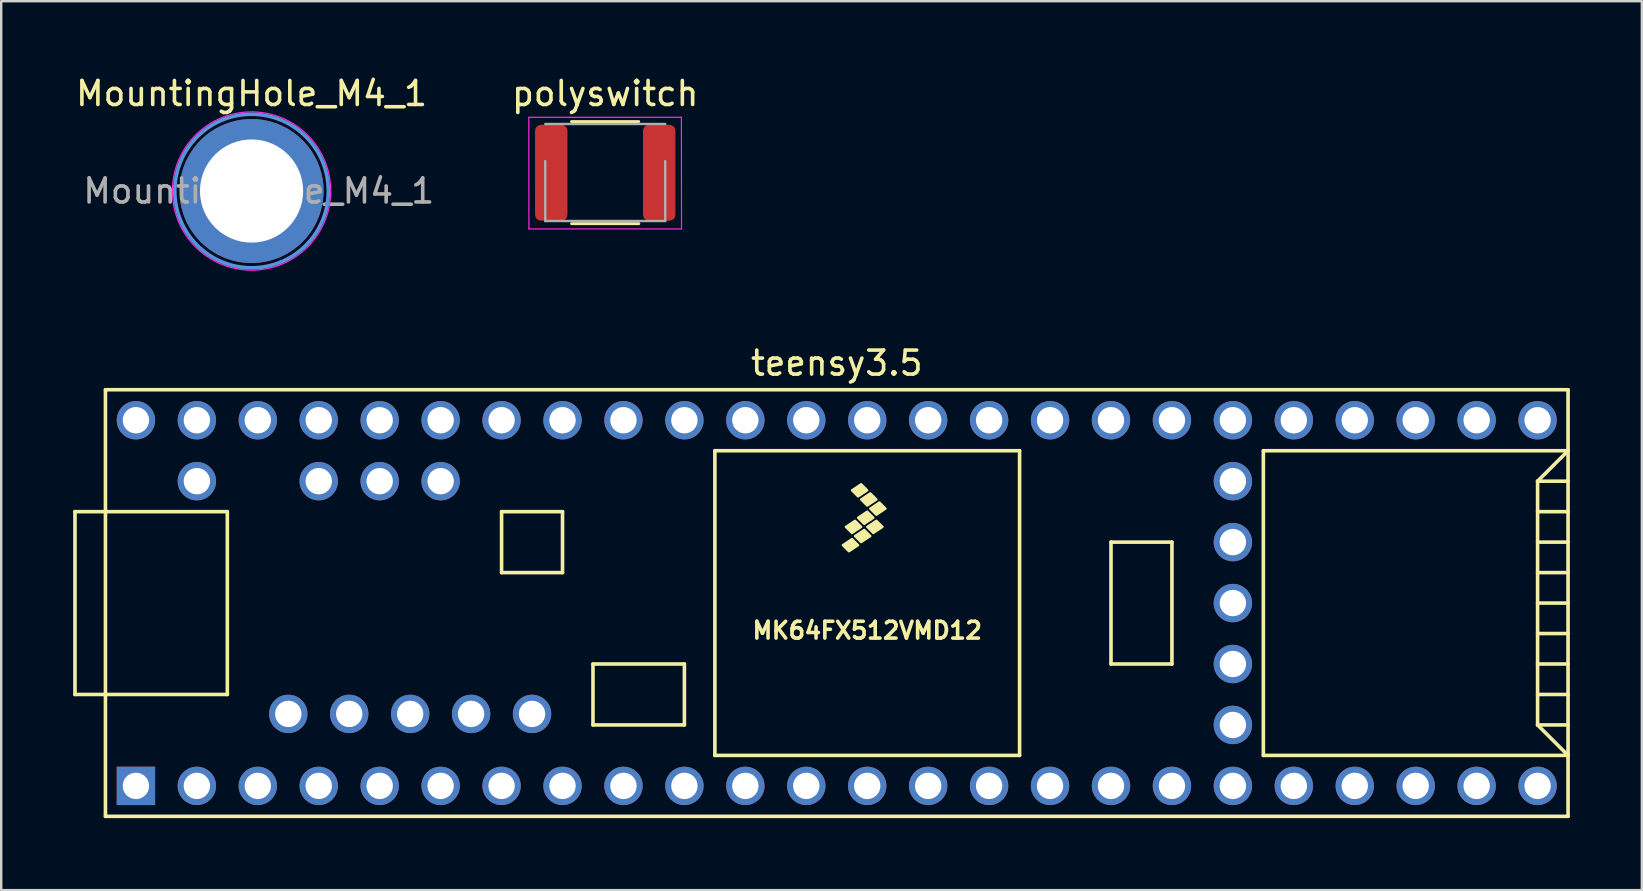
<source format=kicad_pcb>
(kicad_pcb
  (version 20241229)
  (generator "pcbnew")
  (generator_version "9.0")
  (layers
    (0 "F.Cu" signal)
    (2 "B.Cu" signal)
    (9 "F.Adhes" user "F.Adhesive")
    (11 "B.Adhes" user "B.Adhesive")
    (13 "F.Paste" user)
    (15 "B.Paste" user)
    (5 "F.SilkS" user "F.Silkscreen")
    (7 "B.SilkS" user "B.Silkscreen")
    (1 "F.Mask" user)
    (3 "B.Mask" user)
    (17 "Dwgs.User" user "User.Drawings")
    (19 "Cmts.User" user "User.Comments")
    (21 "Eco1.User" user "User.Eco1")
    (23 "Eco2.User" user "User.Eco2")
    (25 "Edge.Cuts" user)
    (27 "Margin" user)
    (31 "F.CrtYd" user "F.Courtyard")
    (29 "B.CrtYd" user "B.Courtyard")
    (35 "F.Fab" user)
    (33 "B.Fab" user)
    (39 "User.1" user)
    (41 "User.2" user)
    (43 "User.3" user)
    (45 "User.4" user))
  (footprint "polyswitch"
    (layer "F.Cu")
    (at 22.175 4.15)
    (property "Reference" "polyswitch" (at 0 -3.302 0) (layer "F.SilkS") (effects (font (size 1 1) (thickness 0.15))))
    (attr through_hole)
    (fp_line (start -1.407 -2.134) (end 1.397 -2.134) (stroke (width 0.12) (type solid)) (layer "F.SilkS"))
    (fp_line (start -1.402 2.122) (end 1.402 2.122) (stroke (width 0.12) (type solid)) (layer "F.SilkS"))
    (fp_line (start -3.185 -2.311) (end 3.175 -2.311) (stroke (width 0.05) (type solid)) (layer "F.CrtYd"))
    (fp_line (start -3.18 2.342) (end -3.185 -2.311) (stroke (width 0.05) (type solid)) (layer "F.CrtYd"))
    (fp_line (start 3.175 -2.311) (end 3.18 2.342) (stroke (width 0.05) (type solid)) (layer "F.CrtYd"))
    (fp_line (start 3.18 2.342) (end -3.18 2.342) (stroke (width 0.05) (type solid)) (layer "F.CrtYd"))
    (fp_line (start -2.5 -2.032) (end 2.5 -2.032) (stroke (width 0.1) (type solid)) (layer "F.Fab"))
    (fp_line (start -2.5 2.012) (end -2.5 -0.488) (stroke (width 0.1) (type solid)) (layer "F.Fab"))
    (fp_line (start 2.5 -0.488) (end 2.5 2.012) (stroke (width 0.1) (type solid)) (layer "F.Fab"))
    (fp_line (start 2.5 2.012) (end -2.5 2.012) (stroke (width 0.1) (type solid)) (layer "F.Fab"))
    (pad "1" smd roundrect (at -2.25 0) (size 1.35 4) (layers "F.Cu" "F.Mask" "F.Paste") (roundrect_rratio 0.185))
    (pad "2" smd roundrect (at 2.25 0) (size 1.35 4) (layers "F.Cu" "F.Mask" "F.Paste") (roundrect_rratio 0.185)))
  (footprint "teensy3.5"
    (layer "F.Cu")
    (at 31.825 22.085)
    (property "Reference" "teensy3.5" (at 0 -10 0) (layer "F.SilkS") (effects (font (size 1 1) (thickness 0.15))))
    (attr through_hole)
    (fp_line (start -31.75 -3.81) (end -30.48 -3.81) (stroke (width 0.15) (type solid)) (layer "F.SilkS"))
    (fp_line (start -31.75 3.81) (end -31.75 -3.81) (stroke (width 0.15) (type solid)) (layer "F.SilkS"))
    (fp_line (start -30.48 3.81) (end -31.75 3.81) (stroke (width 0.15) (type solid)) (layer "F.SilkS"))
    (fp_line (start -30.48 8.89) (end -30.48 -8.89) (stroke (width 0.15) (type solid)) (layer "F.SilkS"))
    (fp_line (start -30.48 8.89) (end 30.48 8.89) (stroke (width 0.15) (type solid)) (layer "F.SilkS"))
    (fp_line (start -25.4 -3.81) (end -30.48 -3.81) (stroke (width 0.15) (type solid)) (layer "F.SilkS"))
    (fp_line (start -25.4 3.81) (end -30.48 3.81) (stroke (width 0.15) (type solid)) (layer "F.SilkS"))
    (fp_line (start -25.4 3.81) (end -25.4 -3.81) (stroke (width 0.15) (type solid)) (layer "F.SilkS"))
    (fp_line (start -13.97 -3.81) (end -13.97 -1.27) (stroke (width 0.15) (type solid)) (layer "F.SilkS"))
    (fp_line (start -13.97 -1.27) (end -11.43 -1.27) (stroke (width 0.15) (type solid)) (layer "F.SilkS"))
    (fp_line (start -11.43 -3.81) (end -13.97 -3.81) (stroke (width 0.15) (type solid)) (layer "F.SilkS"))
    (fp_line (start -11.43 -1.27) (end -11.43 -3.81) (stroke (width 0.15) (type solid)) (layer "F.SilkS"))
    (fp_line (start -10.16 2.54) (end -6.35 2.54) (stroke (width 0.15) (type solid)) (layer "F.SilkS"))
    (fp_line (start -10.16 5.08) (end -10.16 2.54) (stroke (width 0.15) (type solid)) (layer "F.SilkS"))
    (fp_line (start -6.35 2.54) (end -6.35 5.08) (stroke (width 0.15) (type solid)) (layer "F.SilkS"))
    (fp_line (start -6.35 5.08) (end -10.16 5.08) (stroke (width 0.15) (type solid)) (layer "F.SilkS"))
    (fp_line (start -5.08 -6.35) (end -5.08 6.35) (stroke (width 0.15) (type solid)) (layer "F.SilkS"))
    (fp_line (start -5.08 -6.35) (end 7.62 -6.35) (stroke (width 0.15) (type solid)) (layer "F.SilkS"))
    (fp_line (start -5.08 6.35) (end 7.62 6.35) (stroke (width 0.15) (type solid)) (layer "F.SilkS"))
    (fp_line (start 7.62 6.35) (end 7.62 -6.35) (stroke (width 0.15) (type solid)) (layer "F.SilkS"))
    (fp_line (start 11.43 -2.54) (end 13.97 -2.54) (stroke (width 0.15) (type solid)) (layer "F.SilkS"))
    (fp_line (start 11.43 2.54) (end 11.43 -2.54) (stroke (width 0.15) (type solid)) (layer "F.SilkS"))
    (fp_line (start 13.97 -2.54) (end 13.97 2.54) (stroke (width 0.15) (type solid)) (layer "F.SilkS"))
    (fp_line (start 13.97 2.54) (end 11.43 2.54) (stroke (width 0.15) (type solid)) (layer "F.SilkS"))
    (fp_line (start 17.78 -6.35) (end 17.78 6.35) (stroke (width 0.15) (type solid)) (layer "F.SilkS"))
    (fp_line (start 17.78 6.35) (end 30.48 6.35) (stroke (width 0.15) (type solid)) (layer "F.SilkS"))
    (fp_line (start 29.21 -5.08) (end 30.48 -6.35) (stroke (width 0.15) (type solid)) (layer "F.SilkS"))
    (fp_line (start 29.21 -5.08) (end 30.48 -5.08) (stroke (width 0.15) (type solid)) (layer "F.SilkS"))
    (fp_line (start 29.21 -3.81) (end 30.48 -3.81) (stroke (width 0.15) (type solid)) (layer "F.SilkS"))
    (fp_line (start 29.21 -2.54) (end 30.48 -2.54) (stroke (width 0.15) (type solid)) (layer "F.SilkS"))
    (fp_line (start 29.21 -1.27) (end 30.48 -1.27) (stroke (width 0.15) (type solid)) (layer "F.SilkS"))
    (fp_line (start 29.21 0) (end 30.48 0) (stroke (width 0.15) (type solid)) (layer "F.SilkS"))
    (fp_line (start 29.21 1.27) (end 30.48 1.27) (stroke (width 0.15) (type solid)) (layer "F.SilkS"))
    (fp_line (start 29.21 2.54) (end 30.48 2.54) (stroke (width 0.15) (type solid)) (layer "F.SilkS"))
    (fp_line (start 29.21 3.81) (end 30.48 3.81) (stroke (width 0.15) (type solid)) (layer "F.SilkS"))
    (fp_line (start 29.21 5.08) (end 29.21 -5.08) (stroke (width 0.15) (type solid)) (layer "F.SilkS"))
    (fp_line (start 29.21 5.08) (end 30.48 5.08) (stroke (width 0.15) (type solid)) (layer "F.SilkS"))
    (fp_line (start 30.48 -8.89) (end -30.48 -8.89) (stroke (width 0.15) (type solid)) (layer "F.SilkS"))
    (fp_line (start 30.48 -8.89) (end 30.48 8.89) (stroke (width 0.15) (type solid)) (layer "F.SilkS"))
    (fp_line (start 30.48 -6.35) (end 17.78 -6.35) (stroke (width 0.15) (type solid)) (layer "F.SilkS"))
    (fp_line (start 30.48 6.35) (end 29.21 5.08) (stroke (width 0.15) (type solid)) (layer "F.SilkS"))
    (fp_poly (pts (xy 0.635 -2.667) (xy 0.889 -2.413) (xy 0.508 -2.159) (xy 0.254 -2.413)) (stroke (width 0.1) (type solid)) (fill yes) (layer "F.SilkS"))
    (fp_poly (pts (xy 0.762 -3.429) (xy 1.016 -3.175) (xy 0.635 -2.921) (xy 0.381 -3.175)) (stroke (width 0.1) (type solid)) (fill yes) (layer "F.SilkS"))
    (fp_poly (pts (xy 1.016 -4.953) (xy 1.27 -4.699) (xy 0.889 -4.445) (xy 0.635 -4.699)) (stroke (width 0.1) (type solid)) (fill yes) (layer "F.SilkS"))
    (fp_poly (pts (xy 1.143 -3.048) (xy 1.397 -2.794) (xy 1.016 -2.54) (xy 0.762 -2.794)) (stroke (width 0.1) (type solid)) (fill yes) (layer "F.SilkS"))
    (fp_poly (pts (xy 1.27 -3.81) (xy 1.524 -3.556) (xy 1.143 -3.302) (xy 0.889 -3.556)) (stroke (width 0.1) (type solid)) (fill yes) (layer "F.SilkS"))
    (fp_poly (pts (xy 1.397 -4.572) (xy 1.651 -4.318) (xy 1.27 -4.064) (xy 1.016 -4.318)) (stroke (width 0.1) (type solid)) (fill yes) (layer "F.SilkS"))
    (fp_poly (pts (xy 1.651 -3.429) (xy 1.905 -3.175) (xy 1.524 -2.921) (xy 1.27 -3.175)) (stroke (width 0.1) (type solid)) (fill yes) (layer "F.SilkS"))
    (fp_poly (pts (xy 1.778 -4.191) (xy 2.032 -3.937) (xy 1.651 -3.683) (xy 1.397 -3.937)) (stroke (width 0.1) (type solid)) (fill yes) (layer "F.SilkS"))
    (fp_text user "MK64FX512VMD12" (at 1.27 1.143 0) (layer "F.SilkS") (effects (font (size 0.7 0.7) (thickness 0.15))))
    (pad "1" thru_hole rect (at -29.21 7.62) (size 1.6 1.6) (drill 1.1) (layers "*.Cu" "*.Mask"))
    (pad "2" thru_hole circle (at -26.67 7.62) (size 1.6 1.6) (drill 1.1) (layers "*.Cu" "*.Mask"))
    (pad "3" thru_hole circle (at -24.13 7.62) (size 1.6 1.6) (drill 1.1) (layers "*.Cu" "*.Mask"))
    (pad "4" thru_hole circle (at -21.59 7.62) (size 1.6 1.6) (drill 1.1) (layers "*.Cu" "*.Mask"))
    (pad "5" thru_hole circle (at -19.05 7.62) (size 1.6 1.6) (drill 1.1) (layers "*.Cu" "*.Mask"))
    (pad "6" thru_hole circle (at -16.51 7.62) (size 1.6 1.6) (drill 1.1) (layers "*.Cu" "*.Mask"))
    (pad "7" thru_hole circle (at -13.97 7.62) (size 1.6 1.6) (drill 1.1) (layers "*.Cu" "*.Mask"))
    (pad "8" thru_hole circle (at -11.43 7.62) (size 1.6 1.6) (drill 1.1) (layers "*.Cu" "*.Mask"))
    (pad "9" thru_hole circle (at -8.89 7.62) (size 1.6 1.6) (drill 1.1) (layers "*.Cu" "*.Mask"))
    (pad "10" thru_hole circle (at -6.35 7.62) (size 1.6 1.6) (drill 1.1) (layers "*.Cu" "*.Mask"))
    (pad "11" thru_hole circle (at -3.81 7.62) (size 1.6 1.6) (drill 1.1) (layers "*.Cu" "*.Mask"))
    (pad "12" thru_hole circle (at -1.27 7.62) (size 1.6 1.6) (drill 1.1) (layers "*.Cu" "*.Mask"))
    (pad "13" thru_hole circle (at 1.27 7.62) (size 1.6 1.6) (drill 1.1) (layers "*.Cu" "*.Mask"))
    (pad "14" thru_hole circle (at 3.81 7.62) (size 1.6 1.6) (drill 1.1) (layers "*.Cu" "*.Mask"))
    (pad "15" thru_hole circle (at 6.35 7.62) (size 1.6 1.6) (drill 1.1) (layers "*.Cu" "*.Mask"))
    (pad "16" thru_hole circle (at 8.89 7.62) (size 1.6 1.6) (drill 1.1) (layers "*.Cu" "*.Mask"))
    (pad "17" thru_hole circle (at 11.43 7.62) (size 1.6 1.6) (drill 1.1) (layers "*.Cu" "*.Mask"))
    (pad "18" thru_hole circle (at 13.97 7.62) (size 1.6 1.6) (drill 1.1) (layers "*.Cu" "*.Mask"))
    (pad "19" thru_hole circle (at 16.51 7.62) (size 1.6 1.6) (drill 1.1) (layers "*.Cu" "*.Mask"))
    (pad "20" thru_hole circle (at 19.05 7.62) (size 1.6 1.6) (drill 1.1) (layers "*.Cu" "*.Mask"))
    (pad "21" thru_hole circle (at 21.59 7.62) (size 1.6 1.6) (drill 1.1) (layers "*.Cu" "*.Mask"))
    (pad "22" thru_hole circle (at 24.13 7.62) (size 1.6 1.6) (drill 1.1) (layers "*.Cu" "*.Mask"))
    (pad "23" thru_hole circle (at 26.67 7.62) (size 1.6 1.6) (drill 1.1) (layers "*.Cu" "*.Mask"))
    (pad "24" thru_hole circle (at 29.21 7.62) (size 1.6 1.6) (drill 1.1) (layers "*.Cu" "*.Mask"))
    (pad "25" thru_hole circle (at 16.51 5.08) (size 1.6 1.6) (drill 1.1) (layers "*.Cu" "*.Mask"))
    (pad "26" thru_hole circle (at 16.51 2.54) (size 1.6 1.6) (drill 1.1) (layers "*.Cu" "*.Mask"))
    (pad "27" thru_hole circle (at 16.51 0) (size 1.6 1.6) (drill 1.1) (layers "*.Cu" "*.Mask"))
    (pad "28" thru_hole circle (at 16.51 -2.54) (size 1.6 1.6) (drill 1.1) (layers "*.Cu" "*.Mask"))
    (pad "29" thru_hole circle (at 16.51 -5.08) (size 1.6 1.6) (drill 1.1) (layers "*.Cu" "*.Mask"))
    (pad "30" thru_hole circle (at 29.21 -7.62) (size 1.6 1.6) (drill 1.1) (layers "*.Cu" "*.Mask"))
    (pad "31" thru_hole circle (at 26.67 -7.62) (size 1.6 1.6) (drill 1.1) (layers "*.Cu" "*.Mask"))
    (pad "32" thru_hole circle (at 24.13 -7.62) (size 1.6 1.6) (drill 1.1) (layers "*.Cu" "*.Mask"))
    (pad "33" thru_hole circle (at 21.59 -7.62) (size 1.6 1.6) (drill 1.1) (layers "*.Cu" "*.Mask"))
    (pad "34" thru_hole circle (at 19.05 -7.62) (size 1.6 1.6) (drill 1.1) (layers "*.Cu" "*.Mask"))
    (pad "35" thru_hole circle (at 16.51 -7.62) (size 1.6 1.6) (drill 1.1) (layers "*.Cu" "*.Mask"))
    (pad "36" thru_hole circle (at 13.97 -7.62) (size 1.6 1.6) (drill 1.1) (layers "*.Cu" "*.Mask"))
    (pad "37" thru_hole circle (at 11.43 -7.62) (size 1.6 1.6) (drill 1.1) (layers "*.Cu" "*.Mask"))
    (pad "38" thru_hole circle (at 8.89 -7.62) (size 1.6 1.6) (drill 1.1) (layers "*.Cu" "*.Mask"))
    (pad "39" thru_hole circle (at 6.35 -7.62) (size 1.6 1.6) (drill 1.1) (layers "*.Cu" "*.Mask"))
    (pad "40" thru_hole circle (at 3.81 -7.62) (size 1.6 1.6) (drill 1.1) (layers "*.Cu" "*.Mask"))
    (pad "41" thru_hole circle (at 1.27 -7.62) (size 1.6 1.6) (drill 1.1) (layers "*.Cu" "*.Mask"))
    (pad "42" thru_hole circle (at -1.27 -7.62) (size 1.6 1.6) (drill 1.1) (layers "*.Cu" "*.Mask"))
    (pad "43" thru_hole circle (at -3.81 -7.62) (size 1.6 1.6) (drill 1.1) (layers "*.Cu" "*.Mask"))
    (pad "44" thru_hole circle (at -6.35 -7.62) (size 1.6 1.6) (drill 1.1) (layers "*.Cu" "*.Mask"))
    (pad "45" thru_hole circle (at -8.89 -7.62) (size 1.6 1.6) (drill 1.1) (layers "*.Cu" "*.Mask"))
    (pad "46" thru_hole circle (at -11.43 -7.62) (size 1.6 1.6) (drill 1.1) (layers "*.Cu" "*.Mask"))
    (pad "47" thru_hole circle (at -13.97 -7.62) (size 1.6 1.6) (drill 1.1) (layers "*.Cu" "*.Mask"))
    (pad "48" thru_hole circle (at -16.51 -7.62) (size 1.6 1.6) (drill 1.1) (layers "*.Cu" "*.Mask"))
    (pad "49" thru_hole circle (at -19.05 -7.62) (size 1.6 1.6) (drill 1.1) (layers "*.Cu" "*.Mask"))
    (pad "50" thru_hole circle (at -21.59 -7.62) (size 1.6 1.6) (drill 1.1) (layers "*.Cu" "*.Mask"))
    (pad "51" thru_hole circle (at -24.13 -7.62) (size 1.6 1.6) (drill 1.1) (layers "*.Cu" "*.Mask"))
    (pad "52" thru_hole circle (at -26.67 -7.62) (size 1.6 1.6) (drill 1.1) (layers "*.Cu" "*.Mask"))
    (pad "53" thru_hole circle (at -29.21 -7.62) (size 1.6 1.6) (drill 1.1) (layers "*.Cu" "*.Mask"))
    (pad "54" thru_hole circle (at -26.67 -5.08) (size 1.6 1.6) (drill 1.1) (layers "*.Cu" "*.Mask"))
    (pad "55" thru_hole circle (at -21.59 -5.08) (size 1.6 1.6) (drill 1.1) (layers "*.Cu" "*.Mask"))
    (pad "56" thru_hole circle (at -19.05 -5.08) (size 1.6 1.6) (drill 1.1) (layers "*.Cu" "*.Mask"))
    (pad "57" thru_hole circle (at -16.51 -5.08) (size 1.6 1.6) (drill 1.1) (layers "*.Cu" "*.Mask"))
    (pad "58" thru_hole circle (at -22.86 4.62) (size 1.6 1.6) (drill 1.1) (layers "*.Cu" "*.Mask"))
    (pad "59" thru_hole circle (at -20.32 4.62) (size 1.6 1.6) (drill 1.1) (layers "*.Cu" "*.Mask"))
    (pad "60" thru_hole circle (at -17.78 4.62) (size 1.6 1.6) (drill 1.1) (layers "*.Cu" "*.Mask"))
    (pad "61" thru_hole circle (at -15.24 4.62) (size 1.6 1.6) (drill 1.1) (layers "*.Cu" "*.Mask"))
    (pad "62" thru_hole circle (at -12.7 4.62) (size 1.6 1.6) (drill 1.1) (layers "*.Cu" "*.Mask")))
  (footprint "MountingHole_M4_1"
    (layer "F.Cu")
    (at 7.435 4.912)
    (property "Reference" "MountingHole_M4_1" (at 0 -4.064 0) (layer "F.SilkS") (effects (font (size 1 1) (thickness 0.15))))
    (attr through_hole)
    (fp_circle (center 0 0) (end 3.2 0) (stroke (width 0.15) (type solid)) (fill no) (layer "Cmts.User"))
    (fp_circle (center 0 0) (end 3.3 0) (stroke (width 0.05) (type solid)) (fill no) (layer "F.CrtYd"))
    (fp_text user "${REFERENCE}" (at 0.3 0 0) (layer "F.Fab") (effects (font (size 1 1) (thickness 0.15))))
    (pad "1" thru_hole circle (at 0 0) (size 6 6) (drill 4.3) (layers "*.Cu" "*.Mask")))
  (gr_rect
    (start -3 -3)
    (end 65.38 34.05)
    (stroke (width 0.1) (type default))
    (fill no)
    (layer "Edge.Cuts")))
</source>
